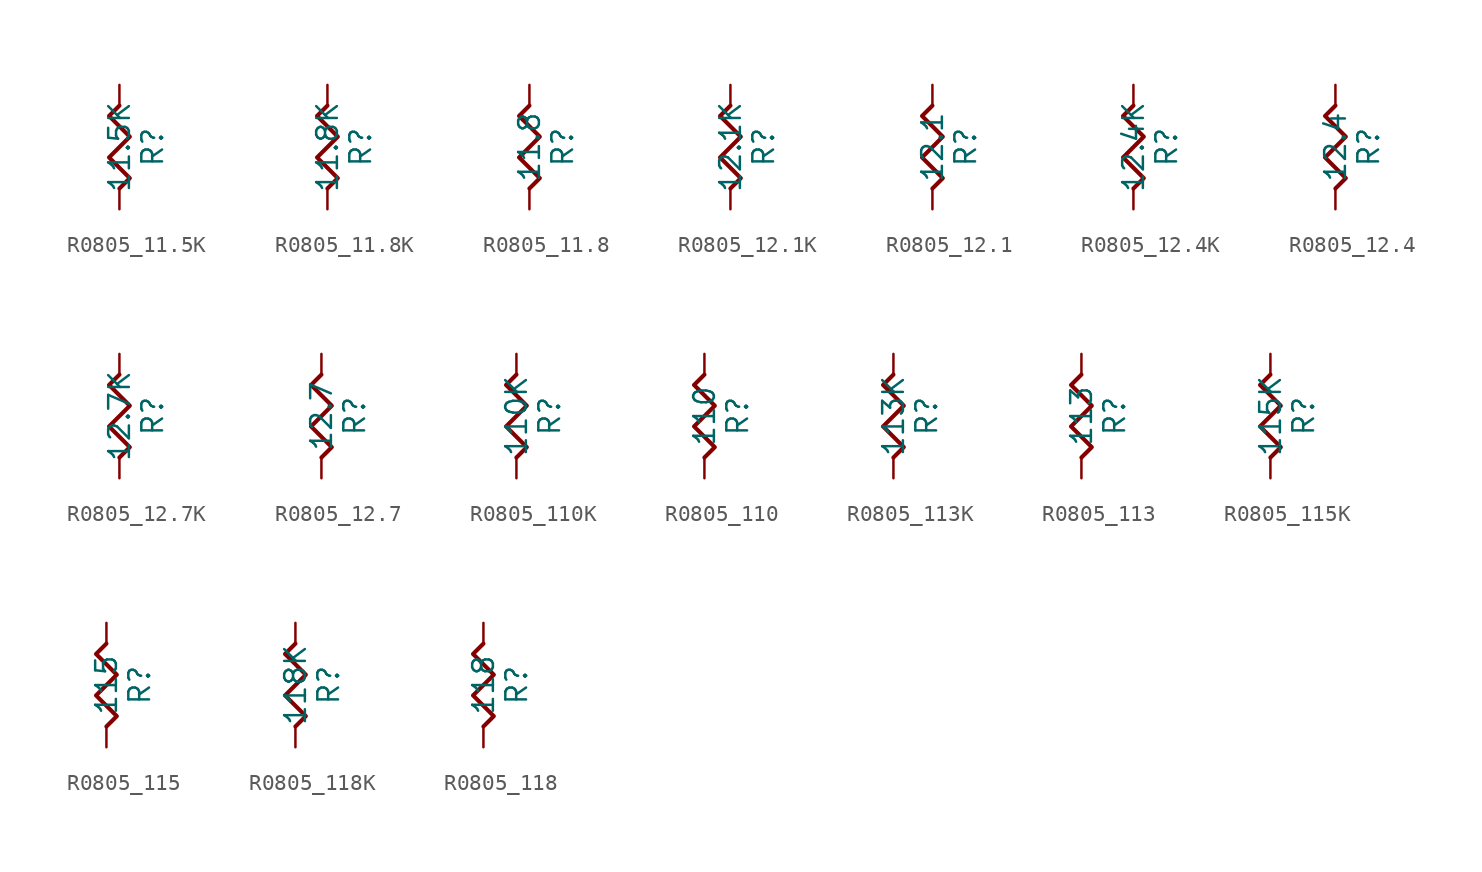
<source format=kicad_sym>
(kicad_symbol_lib
  (version 20211014)
  (generator atlantix-eda)
  (symbol "R0805_11.5K"
    (pin_numbers hide)
    (pin_names
      (offset 0))
    (property "Reference" "R"
      (at 2.032 0 90)
      (effects (font (size 1.27 1.27))))
    (property "Value" "11.5K"
      (at 0 0 90)
      (effects (font (size 1.27 1.27))))
    (symbol "R0805_11.5K_0_1"
      (polyline (pts (xy 0 -2.54) (xy 0.635 -1.905) (xy -0.635 -0.635) (xy 0.635 0.635) (xy -0.635 1.905) (xy 0 2.54)) (stroke (width 0.254) (type default) (color 0 0 0 0)) (fill (type none))))
    (symbol "R0805_11.5K_1_1"
      (pin passive line (at 0 3.81 270) (length 1.27) (name "~" (effects (font (size 1.27 1.27)))) (number "1" (effects (font (size 1.27 1.27)))))
      (pin passive line (at 0 -3.81 90) (length 1.27) (name "~" (effects (font (size 1.27 1.27)))) (number "2" (effects (font (size 1.27 1.27)))))))
  (symbol "R0805_11.8K"
    (pin_numbers hide)
    (pin_names
      (offset 0))
    (property "Reference" "R"
      (at 2.032 0 90)
      (effects (font (size 1.27 1.27))))
    (property "Value" "11.8K"
      (at 0 0 90)
      (effects (font (size 1.27 1.27))))
    (symbol "R0805_11.8K_0_1"
      (polyline (pts (xy 0 -2.54) (xy 0.635 -1.905) (xy -0.635 -0.635) (xy 0.635 0.635) (xy -0.635 1.905) (xy 0 2.54)) (stroke (width 0.254) (type default) (color 0 0 0 0)) (fill (type none))))
    (symbol "R0805_11.8K_1_1"
      (pin passive line (at 0 3.81 270) (length 1.27) (name "~" (effects (font (size 1.27 1.27)))) (number "1" (effects (font (size 1.27 1.27)))))
      (pin passive line (at 0 -3.81 90) (length 1.27) (name "~" (effects (font (size 1.27 1.27)))) (number "2" (effects (font (size 1.27 1.27)))))))
  (symbol "R0805_11.8"
    (pin_numbers hide)
    (pin_names
      (offset 0))
    (property "Reference" "R"
      (at 2.032 0 90)
      (effects (font (size 1.27 1.27))))
    (property "Value" "11.8"
      (at 0 0 90)
      (effects (font (size 1.27 1.27))))
    (symbol "R0805_11.8_0_1"
      (polyline (pts (xy 0 -2.54) (xy 0.635 -1.905) (xy -0.635 -0.635) (xy 0.635 0.635) (xy -0.635 1.905) (xy 0 2.54)) (stroke (width 0.254) (type default) (color 0 0 0 0)) (fill (type none))))
    (symbol "R0805_11.8_1_1"
      (pin passive line (at 0 3.81 270) (length 1.27) (name "~" (effects (font (size 1.27 1.27)))) (number "1" (effects (font (size 1.27 1.27)))))
      (pin passive line (at 0 -3.81 90) (length 1.27) (name "~" (effects (font (size 1.27 1.27)))) (number "2" (effects (font (size 1.27 1.27)))))))
  (symbol "R0805_12.1K"
    (pin_numbers hide)
    (pin_names
      (offset 0))
    (property "Reference" "R"
      (at 2.032 0 90)
      (effects (font (size 1.27 1.27))))
    (property "Value" "12.1K"
      (at 0 0 90)
      (effects (font (size 1.27 1.27))))
    (symbol "R0805_12.1K_0_1"
      (polyline (pts (xy 0 -2.54) (xy 0.635 -1.905) (xy -0.635 -0.635) (xy 0.635 0.635) (xy -0.635 1.905) (xy 0 2.54)) (stroke (width 0.254) (type default) (color 0 0 0 0)) (fill (type none))))
    (symbol "R0805_12.1K_1_1"
      (pin passive line (at 0 3.81 270) (length 1.27) (name "~" (effects (font (size 1.27 1.27)))) (number "1" (effects (font (size 1.27 1.27)))))
      (pin passive line (at 0 -3.81 90) (length 1.27) (name "~" (effects (font (size 1.27 1.27)))) (number "2" (effects (font (size 1.27 1.27)))))))
  (symbol "R0805_12.1"
    (pin_numbers hide)
    (pin_names
      (offset 0))
    (property "Reference" "R"
      (at 2.032 0 90)
      (effects (font (size 1.27 1.27))))
    (property "Value" "12.1"
      (at 0 0 90)
      (effects (font (size 1.27 1.27))))
    (symbol "R0805_12.1_0_1"
      (polyline (pts (xy 0 -2.54) (xy 0.635 -1.905) (xy -0.635 -0.635) (xy 0.635 0.635) (xy -0.635 1.905) (xy 0 2.54)) (stroke (width 0.254) (type default) (color 0 0 0 0)) (fill (type none))))
    (symbol "R0805_12.1_1_1"
      (pin passive line (at 0 3.81 270) (length 1.27) (name "~" (effects (font (size 1.27 1.27)))) (number "1" (effects (font (size 1.27 1.27)))))
      (pin passive line (at 0 -3.81 90) (length 1.27) (name "~" (effects (font (size 1.27 1.27)))) (number "2" (effects (font (size 1.27 1.27)))))))
  (symbol "R0805_12.4K"
    (pin_numbers hide)
    (pin_names
      (offset 0))
    (property "Reference" "R"
      (at 2.032 0 90)
      (effects (font (size 1.27 1.27))))
    (property "Value" "12.4K"
      (at 0 0 90)
      (effects (font (size 1.27 1.27))))
    (symbol "R0805_12.4K_0_1"
      (polyline (pts (xy 0 -2.54) (xy 0.635 -1.905) (xy -0.635 -0.635) (xy 0.635 0.635) (xy -0.635 1.905) (xy 0 2.54)) (stroke (width 0.254) (type default) (color 0 0 0 0)) (fill (type none))))
    (symbol "R0805_12.4K_1_1"
      (pin passive line (at 0 3.81 270) (length 1.27) (name "~" (effects (font (size 1.27 1.27)))) (number "1" (effects (font (size 1.27 1.27)))))
      (pin passive line (at 0 -3.81 90) (length 1.27) (name "~" (effects (font (size 1.27 1.27)))) (number "2" (effects (font (size 1.27 1.27)))))))
  (symbol "R0805_12.4"
    (pin_numbers hide)
    (pin_names
      (offset 0))
    (property "Reference" "R"
      (at 2.032 0 90)
      (effects (font (size 1.27 1.27))))
    (property "Value" "12.4"
      (at 0 0 90)
      (effects (font (size 1.27 1.27))))
    (symbol "R0805_12.4_0_1"
      (polyline (pts (xy 0 -2.54) (xy 0.635 -1.905) (xy -0.635 -0.635) (xy 0.635 0.635) (xy -0.635 1.905) (xy 0 2.54)) (stroke (width 0.254) (type default) (color 0 0 0 0)) (fill (type none))))
    (symbol "R0805_12.4_1_1"
      (pin passive line (at 0 3.81 270) (length 1.27) (name "~" (effects (font (size 1.27 1.27)))) (number "1" (effects (font (size 1.27 1.27)))))
      (pin passive line (at 0 -3.81 90) (length 1.27) (name "~" (effects (font (size 1.27 1.27)))) (number "2" (effects (font (size 1.27 1.27)))))))
  (symbol "R0805_12.7K"
    (pin_numbers hide)
    (pin_names
      (offset 0))
    (property "Reference" "R"
      (at 2.032 0 90)
      (effects (font (size 1.27 1.27))))
    (property "Value" "12.7K"
      (at 0 0 90)
      (effects (font (size 1.27 1.27))))
    (symbol "R0805_12.7K_0_1"
      (polyline (pts (xy 0 -2.54) (xy 0.635 -1.905) (xy -0.635 -0.635) (xy 0.635 0.635) (xy -0.635 1.905) (xy 0 2.54)) (stroke (width 0.254) (type default) (color 0 0 0 0)) (fill (type none))))
    (symbol "R0805_12.7K_1_1"
      (pin passive line (at 0 3.81 270) (length 1.27) (name "~" (effects (font (size 1.27 1.27)))) (number "1" (effects (font (size 1.27 1.27)))))
      (pin passive line (at 0 -3.81 90) (length 1.27) (name "~" (effects (font (size 1.27 1.27)))) (number "2" (effects (font (size 1.27 1.27)))))))
  (symbol "R0805_12.7"
    (pin_numbers hide)
    (pin_names
      (offset 0))
    (property "Reference" "R"
      (at 2.032 0 90)
      (effects (font (size 1.27 1.27))))
    (property "Value" "12.7"
      (at 0 0 90)
      (effects (font (size 1.27 1.27))))
    (symbol "R0805_12.7_0_1"
      (polyline (pts (xy 0 -2.54) (xy 0.635 -1.905) (xy -0.635 -0.635) (xy 0.635 0.635) (xy -0.635 1.905) (xy 0 2.54)) (stroke (width 0.254) (type default) (color 0 0 0 0)) (fill (type none))))
    (symbol "R0805_12.7_1_1"
      (pin passive line (at 0 3.81 270) (length 1.27) (name "~" (effects (font (size 1.27 1.27)))) (number "1" (effects (font (size 1.27 1.27)))))
      (pin passive line (at 0 -3.81 90) (length 1.27) (name "~" (effects (font (size 1.27 1.27)))) (number "2" (effects (font (size 1.27 1.27)))))))
  (symbol "R0805_110K"
    (pin_numbers hide)
    (pin_names
      (offset 0))
    (property "Reference" "R"
      (at 2.032 0 90)
      (effects (font (size 1.27 1.27))))
    (property "Value" "110K"
      (at 0 0 90)
      (effects (font (size 1.27 1.27))))
    (symbol "R0805_110K_0_1"
      (polyline (pts (xy 0 -2.54) (xy 0.635 -1.905) (xy -0.635 -0.635) (xy 0.635 0.635) (xy -0.635 1.905) (xy 0 2.54)) (stroke (width 0.254) (type default) (color 0 0 0 0)) (fill (type none))))
    (symbol "R0805_110K_1_1"
      (pin passive line (at 0 3.81 270) (length 1.27) (name "~" (effects (font (size 1.27 1.27)))) (number "1" (effects (font (size 1.27 1.27)))))
      (pin passive line (at 0 -3.81 90) (length 1.27) (name "~" (effects (font (size 1.27 1.27)))) (number "2" (effects (font (size 1.27 1.27)))))))
  (symbol "R0805_110"
    (pin_numbers hide)
    (pin_names
      (offset 0))
    (property "Reference" "R"
      (at 2.032 0 90)
      (effects (font (size 1.27 1.27))))
    (property "Value" "110"
      (at 0 0 90)
      (effects (font (size 1.27 1.27))))
    (symbol "R0805_110_0_1"
      (polyline (pts (xy 0 -2.54) (xy 0.635 -1.905) (xy -0.635 -0.635) (xy 0.635 0.635) (xy -0.635 1.905) (xy 0 2.54)) (stroke (width 0.254) (type default) (color 0 0 0 0)) (fill (type none))))
    (symbol "R0805_110_1_1"
      (pin passive line (at 0 3.81 270) (length 1.27) (name "~" (effects (font (size 1.27 1.27)))) (number "1" (effects (font (size 1.27 1.27)))))
      (pin passive line (at 0 -3.81 90) (length 1.27) (name "~" (effects (font (size 1.27 1.27)))) (number "2" (effects (font (size 1.27 1.27)))))))
  (symbol "R0805_113K"
    (pin_numbers hide)
    (pin_names
      (offset 0))
    (property "Reference" "R"
      (at 2.032 0 90)
      (effects (font (size 1.27 1.27))))
    (property "Value" "113K"
      (at 0 0 90)
      (effects (font (size 1.27 1.27))))
    (symbol "R0805_113K_0_1"
      (polyline (pts (xy 0 -2.54) (xy 0.635 -1.905) (xy -0.635 -0.635) (xy 0.635 0.635) (xy -0.635 1.905) (xy 0 2.54)) (stroke (width 0.254) (type default) (color 0 0 0 0)) (fill (type none))))
    (symbol "R0805_113K_1_1"
      (pin passive line (at 0 3.81 270) (length 1.27) (name "~" (effects (font (size 1.27 1.27)))) (number "1" (effects (font (size 1.27 1.27)))))
      (pin passive line (at 0 -3.81 90) (length 1.27) (name "~" (effects (font (size 1.27 1.27)))) (number "2" (effects (font (size 1.27 1.27)))))))
  (symbol "R0805_113"
    (pin_numbers hide)
    (pin_names
      (offset 0))
    (property "Reference" "R"
      (at 2.032 0 90)
      (effects (font (size 1.27 1.27))))
    (property "Value" "113"
      (at 0 0 90)
      (effects (font (size 1.27 1.27))))
    (symbol "R0805_113_0_1"
      (polyline (pts (xy 0 -2.54) (xy 0.635 -1.905) (xy -0.635 -0.635) (xy 0.635 0.635) (xy -0.635 1.905) (xy 0 2.54)) (stroke (width 0.254) (type default) (color 0 0 0 0)) (fill (type none))))
    (symbol "R0805_113_1_1"
      (pin passive line (at 0 3.81 270) (length 1.27) (name "~" (effects (font (size 1.27 1.27)))) (number "1" (effects (font (size 1.27 1.27)))))
      (pin passive line (at 0 -3.81 90) (length 1.27) (name "~" (effects (font (size 1.27 1.27)))) (number "2" (effects (font (size 1.27 1.27)))))))
  (symbol "R0805_115K"
    (pin_numbers hide)
    (pin_names
      (offset 0))
    (property "Reference" "R"
      (at 2.032 0 90)
      (effects (font (size 1.27 1.27))))
    (property "Value" "115K"
      (at 0 0 90)
      (effects (font (size 1.27 1.27))))
    (symbol "R0805_115K_0_1"
      (polyline (pts (xy 0 -2.54) (xy 0.635 -1.905) (xy -0.635 -0.635) (xy 0.635 0.635) (xy -0.635 1.905) (xy 0 2.54)) (stroke (width 0.254) (type default) (color 0 0 0 0)) (fill (type none))))
    (symbol "R0805_115K_1_1"
      (pin passive line (at 0 3.81 270) (length 1.27) (name "~" (effects (font (size 1.27 1.27)))) (number "1" (effects (font (size 1.27 1.27)))))
      (pin passive line (at 0 -3.81 90) (length 1.27) (name "~" (effects (font (size 1.27 1.27)))) (number "2" (effects (font (size 1.27 1.27)))))))
  (symbol "R0805_115"
    (pin_numbers hide)
    (pin_names
      (offset 0))
    (property "Reference" "R"
      (at 2.032 0 90)
      (effects (font (size 1.27 1.27))))
    (property "Value" "115"
      (at 0 0 90)
      (effects (font (size 1.27 1.27))))
    (symbol "R0805_115_0_1"
      (polyline (pts (xy 0 -2.54) (xy 0.635 -1.905) (xy -0.635 -0.635) (xy 0.635 0.635) (xy -0.635 1.905) (xy 0 2.54)) (stroke (width 0.254) (type default) (color 0 0 0 0)) (fill (type none))))
    (symbol "R0805_115_1_1"
      (pin passive line (at 0 3.81 270) (length 1.27) (name "~" (effects (font (size 1.27 1.27)))) (number "1" (effects (font (size 1.27 1.27)))))
      (pin passive line (at 0 -3.81 90) (length 1.27) (name "~" (effects (font (size 1.27 1.27)))) (number "2" (effects (font (size 1.27 1.27)))))))
  (symbol "R0805_118K"
    (pin_numbers hide)
    (pin_names
      (offset 0))
    (property "Reference" "R"
      (at 2.032 0 90)
      (effects (font (size 1.27 1.27))))
    (property "Value" "118K"
      (at 0 0 90)
      (effects (font (size 1.27 1.27))))
    (symbol "R0805_118K_0_1"
      (polyline (pts (xy 0 -2.54) (xy 0.635 -1.905) (xy -0.635 -0.635) (xy 0.635 0.635) (xy -0.635 1.905) (xy 0 2.54)) (stroke (width 0.254) (type default) (color 0 0 0 0)) (fill (type none))))
    (symbol "R0805_118K_1_1"
      (pin passive line (at 0 3.81 270) (length 1.27) (name "~" (effects (font (size 1.27 1.27)))) (number "1" (effects (font (size 1.27 1.27)))))
      (pin passive line (at 0 -3.81 90) (length 1.27) (name "~" (effects (font (size 1.27 1.27)))) (number "2" (effects (font (size 1.27 1.27)))))))
  (symbol "R0805_118"
    (pin_numbers hide)
    (pin_names
      (offset 0))
    (property "Reference" "R"
      (at 2.032 0 90)
      (effects (font (size 1.27 1.27))))
    (property "Value" "118"
      (at 0 0 90)
      (effects (font (size 1.27 1.27))))
    (symbol "R0805_118_0_1"
      (polyline (pts (xy 0 -2.54) (xy 0.635 -1.905) (xy -0.635 -0.635) (xy 0.635 0.635) (xy -0.635 1.905) (xy 0 2.54)) (stroke (width 0.254) (type default) (color 0 0 0 0)) (fill (type none))))
    (symbol "R0805_118_1_1"
      (pin passive line (at 0 3.81 270) (length 1.27) (name "~" (effects (font (size 1.27 1.27)))) (number "1" (effects (font (size 1.27 1.27)))))
      (pin passive line (at 0 -3.81 90) (length 1.27) (name "~" (effects (font (size 1.27 1.27)))) (number "2" (effects (font (size 1.27 1.27))))))))
</source>
